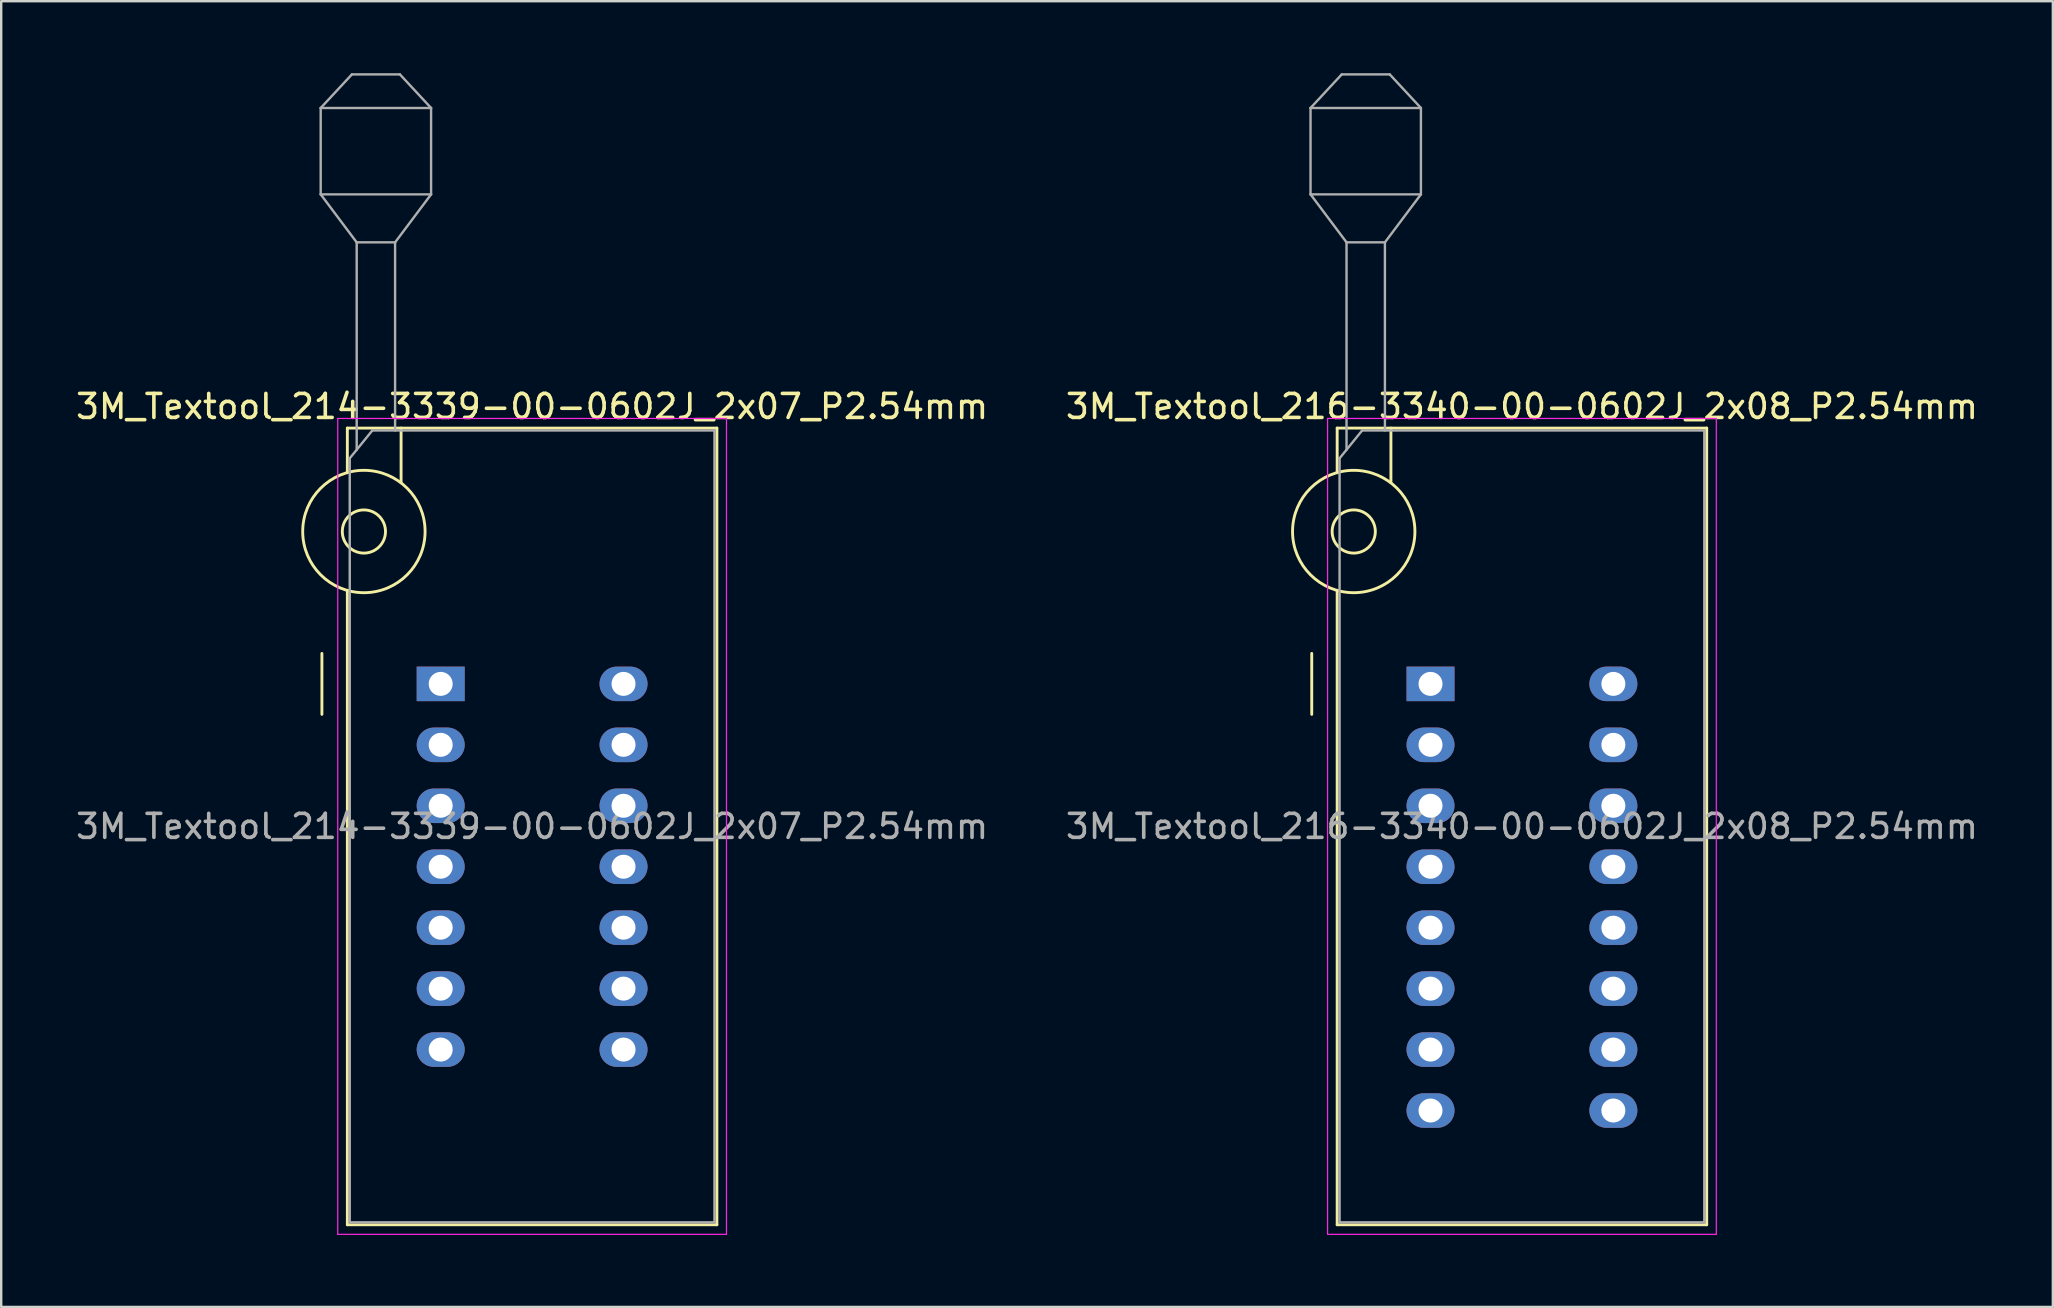
<source format=kicad_pcb>
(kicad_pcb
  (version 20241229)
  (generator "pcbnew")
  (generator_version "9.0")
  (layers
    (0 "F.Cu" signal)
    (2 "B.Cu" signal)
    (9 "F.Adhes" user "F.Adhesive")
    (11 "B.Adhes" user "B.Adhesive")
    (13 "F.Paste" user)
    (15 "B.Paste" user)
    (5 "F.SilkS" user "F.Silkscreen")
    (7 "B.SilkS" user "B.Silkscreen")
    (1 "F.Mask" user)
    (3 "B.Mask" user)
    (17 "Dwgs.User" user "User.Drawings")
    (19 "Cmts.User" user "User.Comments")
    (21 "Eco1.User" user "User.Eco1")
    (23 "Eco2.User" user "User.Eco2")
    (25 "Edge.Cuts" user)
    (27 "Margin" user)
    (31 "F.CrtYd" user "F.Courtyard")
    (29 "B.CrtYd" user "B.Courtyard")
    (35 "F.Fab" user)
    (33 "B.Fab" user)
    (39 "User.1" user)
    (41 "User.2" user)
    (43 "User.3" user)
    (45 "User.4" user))
  (footprint "3M_Textool_216-3340-00-0602J_2x08_P2.54mm"
    (layer "F.Cu")
    (at 56.565 25.45)
    (property "Reference" "3M_Textool_216-3340-00-0602J_2x08_P2.54mm" (at 3.81 -11.56 0) (layer "F.SilkS") (effects (font (size 1 1) (thickness 0.15))))
    (attr through_hole)
    (fp_line (start -4.95 1.27) (end -4.95 -1.27) (stroke (width 0.12) (type solid)) (layer "F.SilkS"))
    (fp_line (start -3.89 -10.66) (end -3.89 -8.8) (stroke (width 0.12) (type solid)) (layer "F.SilkS"))
    (fp_line (start -3.89 -3.9) (end -3.89 22.54) (stroke (width 0.12) (type solid)) (layer "F.SilkS"))
    (fp_line (start -3.89 22.54) (end 11.51 22.54) (stroke (width 0.12) (type solid)) (layer "F.SilkS"))
    (fp_line (start -1.65 -10.66) (end -1.65 -8.4) (stroke (width 0.12) (type solid)) (layer "F.SilkS"))
    (fp_line (start 11.51 -10.66) (end -3.89 -10.66) (stroke (width 0.12) (type solid)) (layer "F.SilkS"))
    (fp_line (start 11.51 22.54) (end 11.51 -10.66) (stroke (width 0.12) (type solid)) (layer "F.SilkS"))
    (fp_circle (center -3.2 -6.35) (end -2.3 -6.35) (stroke (width 0.12) (type solid)) (fill no) (layer "F.SilkS"))
    (fp_circle (center -3.2 -6.35) (end -0.65 -6.35) (stroke (width 0.12) (type solid)) (fill no) (layer "F.SilkS"))
    (fp_line (start -4.29 -11.06) (end -4.29 22.94) (stroke (width 0.05) (type solid)) (layer "F.CrtYd"))
    (fp_line (start -4.29 22.94) (end 11.91 22.94) (stroke (width 0.05) (type solid)) (layer "F.CrtYd"))
    (fp_line (start 11.91 -11.06) (end -4.29 -11.06) (stroke (width 0.05) (type solid)) (layer "F.CrtYd"))
    (fp_line (start 11.91 22.94) (end 11.91 -11.06) (stroke (width 0.05) (type solid)) (layer "F.CrtYd"))
    (fp_line (start -5 -24) (end -5 -20.4) (stroke (width 0.1) (type solid)) (layer "F.Fab"))
    (fp_line (start -5 -24) (end -3.7 -25.4) (stroke (width 0.1) (type solid)) (layer "F.Fab"))
    (fp_line (start -5 -20.4) (end -3.5 -18.4) (stroke (width 0.1) (type solid)) (layer "F.Fab"))
    (fp_line (start -5 -20.4) (end -0.4 -20.4) (stroke (width 0.1) (type solid)) (layer "F.Fab"))
    (fp_line (start -3.79 -9.4) (end -2.85 -10.56) (stroke (width 0.1) (type solid)) (layer "F.Fab"))
    (fp_line (start -3.79 22.44) (end -3.79 -9.4) (stroke (width 0.1) (type solid)) (layer "F.Fab"))
    (fp_line (start -3.7 -25.4) (end -1.7 -25.4) (stroke (width 0.1) (type solid)) (layer "F.Fab"))
    (fp_line (start -3.5 -18.4) (end -1.9 -18.4) (stroke (width 0.1) (type solid)) (layer "F.Fab"))
    (fp_line (start -3.5 -9.75) (end -3.5 -18.4) (stroke (width 0.1) (type solid)) (layer "F.Fab"))
    (fp_line (start -2.85 -10.56) (end 11.41 -10.56) (stroke (width 0.1) (type solid)) (layer "F.Fab"))
    (fp_line (start -1.9 -18.4) (end -1.9 -10.56) (stroke (width 0.1) (type solid)) (layer "F.Fab"))
    (fp_line (start -1.7 -25.4) (end -0.4 -24) (stroke (width 0.1) (type solid)) (layer "F.Fab"))
    (fp_line (start -0.4 -24) (end -5 -24) (stroke (width 0.1) (type solid)) (layer "F.Fab"))
    (fp_line (start -0.4 -20.4) (end -1.9 -18.4) (stroke (width 0.1) (type solid)) (layer "F.Fab"))
    (fp_line (start -0.4 -20.4) (end -0.4 -24) (stroke (width 0.1) (type solid)) (layer "F.Fab"))
    (fp_line (start 11.41 -10.56) (end 11.41 22.44) (stroke (width 0.1) (type solid)) (layer "F.Fab"))
    (fp_line (start 11.41 22.44) (end -3.79 22.44) (stroke (width 0.1) (type solid)) (layer "F.Fab"))
    (fp_text user "${REFERENCE}" (at 3.81 5.94 0) (layer "F.Fab") (effects (font (size 1 1) (thickness 0.15))))
    (pad "1" thru_hole rect (at 0 0) (size 2 1.44) (drill 1) (layers "*.Cu" "*.Mask"))
    (pad "2" thru_hole oval (at 0 2.54) (size 2 1.44) (drill 1) (layers "*.Cu" "*.Mask"))
    (pad "3" thru_hole oval (at 0 5.08) (size 2 1.44) (drill 1) (layers "*.Cu" "*.Mask"))
    (pad "4" thru_hole oval (at 0 7.62) (size 2 1.44) (drill 1) (layers "*.Cu" "*.Mask"))
    (pad "5" thru_hole oval (at 0 10.16) (size 2 1.44) (drill 1) (layers "*.Cu" "*.Mask"))
    (pad "6" thru_hole oval (at 0 12.7) (size 2 1.44) (drill 1) (layers "*.Cu" "*.Mask"))
    (pad "7" thru_hole oval (at 0 15.24) (size 2 1.44) (drill 1) (layers "*.Cu" "*.Mask"))
    (pad "8" thru_hole oval (at 0 17.78) (size 2 1.44) (drill 1) (layers "*.Cu" "*.Mask"))
    (pad "9" thru_hole oval (at 7.62 17.78) (size 2 1.44) (drill 1) (layers "*.Cu" "*.Mask"))
    (pad "10" thru_hole oval (at 7.62 15.24) (size 2 1.44) (drill 1) (layers "*.Cu" "*.Mask"))
    (pad "11" thru_hole oval (at 7.62 12.7) (size 2 1.44) (drill 1) (layers "*.Cu" "*.Mask"))
    (pad "12" thru_hole oval (at 7.62 10.16) (size 2 1.44) (drill 1) (layers "*.Cu" "*.Mask"))
    (pad "13" thru_hole oval (at 7.62 7.62) (size 2 1.44) (drill 1) (layers "*.Cu" "*.Mask"))
    (pad "14" thru_hole oval (at 7.62 5.08) (size 2 1.44) (drill 1) (layers "*.Cu" "*.Mask"))
    (pad "15" thru_hole oval (at 7.62 2.54) (size 2 1.44) (drill 1) (layers "*.Cu" "*.Mask"))
    (pad "16" thru_hole oval (at 7.62 0) (size 2 1.44) (drill 1) (layers "*.Cu" "*.Mask")))
  (footprint "3M_Textool_214-3339-00-0602J_2x07_P2.54mm"
    (layer "F.Cu")
    (at 15.315 25.45)
    (property "Reference" "3M_Textool_214-3339-00-0602J_2x07_P2.54mm" (at 3.81 -11.56 0) (layer "F.SilkS") (effects (font (size 1 1) (thickness 0.15))))
    (attr through_hole)
    (fp_line (start -4.95 1.27) (end -4.95 -1.27) (stroke (width 0.12) (type solid)) (layer "F.SilkS"))
    (fp_line (start -3.89 -10.66) (end -3.89 -8.8) (stroke (width 0.12) (type solid)) (layer "F.SilkS"))
    (fp_line (start -3.89 -3.9) (end -3.89 22.54) (stroke (width 0.12) (type solid)) (layer "F.SilkS"))
    (fp_line (start -3.89 22.54) (end 11.51 22.54) (stroke (width 0.12) (type solid)) (layer "F.SilkS"))
    (fp_line (start -1.65 -10.66) (end -1.65 -8.4) (stroke (width 0.12) (type solid)) (layer "F.SilkS"))
    (fp_line (start 11.51 -10.66) (end -3.89 -10.66) (stroke (width 0.12) (type solid)) (layer "F.SilkS"))
    (fp_line (start 11.51 22.54) (end 11.51 -10.66) (stroke (width 0.12) (type solid)) (layer "F.SilkS"))
    (fp_circle (center -3.2 -6.35) (end -2.3 -6.35) (stroke (width 0.12) (type solid)) (fill no) (layer "F.SilkS"))
    (fp_circle (center -3.2 -6.35) (end -0.65 -6.35) (stroke (width 0.12) (type solid)) (fill no) (layer "F.SilkS"))
    (fp_line (start -4.29 -11.06) (end -4.29 22.94) (stroke (width 0.05) (type solid)) (layer "F.CrtYd"))
    (fp_line (start -4.29 22.94) (end 11.91 22.94) (stroke (width 0.05) (type solid)) (layer "F.CrtYd"))
    (fp_line (start 11.91 -11.06) (end -4.29 -11.06) (stroke (width 0.05) (type solid)) (layer "F.CrtYd"))
    (fp_line (start 11.91 22.94) (end 11.91 -11.06) (stroke (width 0.05) (type solid)) (layer "F.CrtYd"))
    (fp_line (start -5 -24) (end -5 -20.4) (stroke (width 0.1) (type solid)) (layer "F.Fab"))
    (fp_line (start -5 -24) (end -3.7 -25.4) (stroke (width 0.1) (type solid)) (layer "F.Fab"))
    (fp_line (start -5 -20.4) (end -3.5 -18.4) (stroke (width 0.1) (type solid)) (layer "F.Fab"))
    (fp_line (start -5 -20.4) (end -0.4 -20.4) (stroke (width 0.1) (type solid)) (layer "F.Fab"))
    (fp_line (start -3.79 -9.4) (end -2.85 -10.56) (stroke (width 0.1) (type solid)) (layer "F.Fab"))
    (fp_line (start -3.79 22.44) (end -3.79 -9.4) (stroke (width 0.1) (type solid)) (layer "F.Fab"))
    (fp_line (start -3.7 -25.4) (end -1.7 -25.4) (stroke (width 0.1) (type solid)) (layer "F.Fab"))
    (fp_line (start -3.5 -18.4) (end -1.9 -18.4) (stroke (width 0.1) (type solid)) (layer "F.Fab"))
    (fp_line (start -3.5 -9.75) (end -3.5 -18.4) (stroke (width 0.1) (type solid)) (layer "F.Fab"))
    (fp_line (start -2.85 -10.56) (end 11.41 -10.56) (stroke (width 0.1) (type solid)) (layer "F.Fab"))
    (fp_line (start -1.9 -18.4) (end -1.9 -10.56) (stroke (width 0.1) (type solid)) (layer "F.Fab"))
    (fp_line (start -1.7 -25.4) (end -0.4 -24) (stroke (width 0.1) (type solid)) (layer "F.Fab"))
    (fp_line (start -0.4 -24) (end -5 -24) (stroke (width 0.1) (type solid)) (layer "F.Fab"))
    (fp_line (start -0.4 -20.4) (end -1.9 -18.4) (stroke (width 0.1) (type solid)) (layer "F.Fab"))
    (fp_line (start -0.4 -20.4) (end -0.4 -24) (stroke (width 0.1) (type solid)) (layer "F.Fab"))
    (fp_line (start 11.41 -10.56) (end 11.41 22.44) (stroke (width 0.1) (type solid)) (layer "F.Fab"))
    (fp_line (start 11.41 22.44) (end -3.79 22.44) (stroke (width 0.1) (type solid)) (layer "F.Fab"))
    (fp_text user "${REFERENCE}" (at 3.81 5.94 0) (layer "F.Fab") (effects (font (size 1 1) (thickness 0.15))))
    (pad "1" thru_hole rect (at 0 0) (size 2 1.44) (drill 1) (layers "*.Cu" "*.Mask"))
    (pad "2" thru_hole oval (at 0 2.54) (size 2 1.44) (drill 1) (layers "*.Cu" "*.Mask"))
    (pad "3" thru_hole oval (at 0 5.08) (size 2 1.44) (drill 1) (layers "*.Cu" "*.Mask"))
    (pad "4" thru_hole oval (at 0 7.62) (size 2 1.44) (drill 1) (layers "*.Cu" "*.Mask"))
    (pad "5" thru_hole oval (at 0 10.16) (size 2 1.44) (drill 1) (layers "*.Cu" "*.Mask"))
    (pad "6" thru_hole oval (at 0 12.7) (size 2 1.44) (drill 1) (layers "*.Cu" "*.Mask"))
    (pad "7" thru_hole oval (at 0 15.24) (size 2 1.44) (drill 1) (layers "*.Cu" "*.Mask"))
    (pad "8" thru_hole oval (at 7.62 15.24) (size 2 1.44) (drill 1) (layers "*.Cu" "*.Mask"))
    (pad "9" thru_hole oval (at 7.62 12.7) (size 2 1.44) (drill 1) (layers "*.Cu" "*.Mask"))
    (pad "10" thru_hole oval (at 7.62 10.16) (size 2 1.44) (drill 1) (layers "*.Cu" "*.Mask"))
    (pad "11" thru_hole oval (at 7.62 7.62) (size 2 1.44) (drill 1) (layers "*.Cu" "*.Mask"))
    (pad "12" thru_hole oval (at 7.62 5.08) (size 2 1.44) (drill 1) (layers "*.Cu" "*.Mask"))
    (pad "13" thru_hole oval (at 7.62 2.54) (size 2 1.44) (drill 1) (layers "*.Cu" "*.Mask"))
    (pad "14" thru_hole oval (at 7.62 0) (size 2 1.44) (drill 1) (layers "*.Cu" "*.Mask")))
  (gr_rect
    (start -3 -3)
    (end 82.5 51.415)
    (stroke (width 0.1) (type default))
    (fill no)
    (layer "Edge.Cuts")))
</source>
